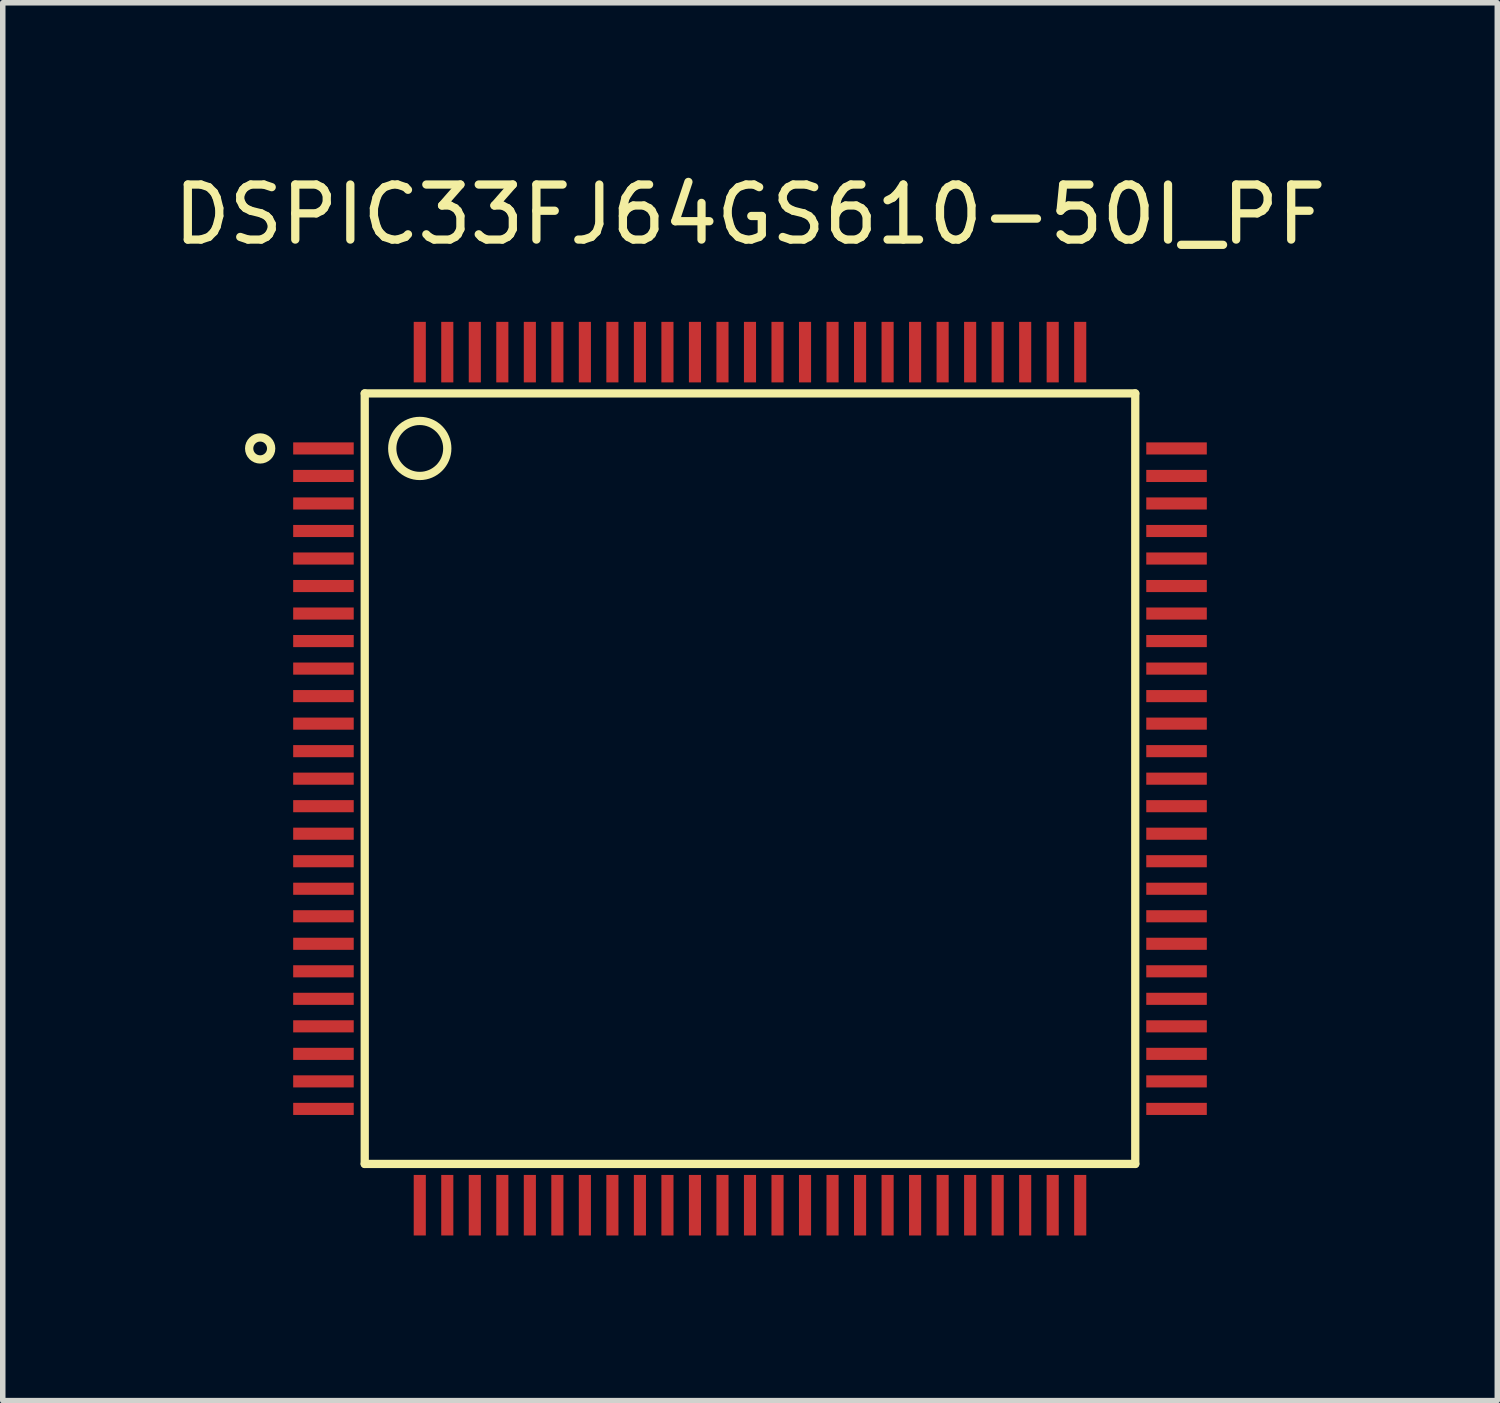
<source format=kicad_pcb>
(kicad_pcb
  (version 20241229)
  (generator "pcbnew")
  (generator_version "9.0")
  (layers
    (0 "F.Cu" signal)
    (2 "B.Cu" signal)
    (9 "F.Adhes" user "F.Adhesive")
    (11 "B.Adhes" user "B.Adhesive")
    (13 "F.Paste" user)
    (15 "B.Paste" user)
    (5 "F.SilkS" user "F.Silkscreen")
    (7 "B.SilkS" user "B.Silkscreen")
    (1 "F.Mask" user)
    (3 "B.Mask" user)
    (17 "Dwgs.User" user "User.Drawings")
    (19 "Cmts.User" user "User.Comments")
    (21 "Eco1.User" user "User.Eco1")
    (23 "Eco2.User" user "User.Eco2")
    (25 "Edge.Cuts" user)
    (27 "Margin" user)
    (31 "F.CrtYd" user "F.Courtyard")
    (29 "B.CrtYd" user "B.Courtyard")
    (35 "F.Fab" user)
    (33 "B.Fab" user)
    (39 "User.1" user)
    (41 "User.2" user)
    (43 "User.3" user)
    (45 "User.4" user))
  (footprint "DSPIC33FJ64GS610-50I_PF"
    (layer "F.Cu")
    (at 2.827 3.348)
    (property "Reference" "DSPIC33FJ64GS610-50I_PF" (at 7.75 -2.5 0) (layer "F.SilkS") (effects (font (size 1 1) (thickness 0.15))))
    (attr through_hole)
    (fp_line (start 0.75 0.75) (end 0.75 14.75) (stroke (width 0.15) (type solid)) (layer "F.SilkS"))
    (fp_line (start 0.75 0.75) (end 14.75 0.75) (stroke (width 0.15) (type solid)) (layer "F.SilkS"))
    (fp_line (start 0.75 14.75) (end 14.75 14.75) (stroke (width 0.15) (type solid)) (layer "F.SilkS"))
    (fp_line (start 14.75 14.75) (end 14.75 0.75) (stroke (width 0.15) (type solid)) (layer "F.SilkS"))
    (fp_circle (center -1.15 1.75) (end -1.15 1.55) (stroke (width 0.15) (type solid)) (fill no) (layer "F.SilkS"))
    (fp_circle (center 1.75 1.75) (end 1.75 1.25) (stroke (width 0.15) (type solid)) (fill no) (layer "F.SilkS"))
    (pad "1" smd rect (at 0 1.75) (size 1.1 0.22) (layers "F.Cu" "F.Mask" "F.Paste"))
    (pad "2" smd rect (at 0 2.25) (size 1.1 0.22) (layers "F.Cu" "F.Mask" "F.Paste"))
    (pad "3" smd rect (at 0 2.75) (size 1.1 0.22) (layers "F.Cu" "F.Mask" "F.Paste"))
    (pad "4" smd rect (at 0 3.25) (size 1.1 0.22) (layers "F.Cu" "F.Mask" "F.Paste"))
    (pad "5" smd rect (at 0 3.75) (size 1.1 0.22) (layers "F.Cu" "F.Mask" "F.Paste"))
    (pad "6" smd rect (at 0 4.25) (size 1.1 0.22) (layers "F.Cu" "F.Mask" "F.Paste"))
    (pad "7" smd rect (at 0 4.75) (size 1.1 0.22) (layers "F.Cu" "F.Mask" "F.Paste"))
    (pad "8" smd rect (at 0 5.25) (size 1.1 0.22) (layers "F.Cu" "F.Mask" "F.Paste"))
    (pad "9" smd rect (at 0 5.75) (size 1.1 0.22) (layers "F.Cu" "F.Mask" "F.Paste"))
    (pad "10" smd rect (at 0 6.25) (size 1.1 0.22) (layers "F.Cu" "F.Mask" "F.Paste"))
    (pad "11" smd rect (at 0 6.75) (size 1.1 0.22) (layers "F.Cu" "F.Mask" "F.Paste"))
    (pad "12" smd rect (at 0 7.25) (size 1.1 0.22) (layers "F.Cu" "F.Mask" "F.Paste"))
    (pad "13" smd rect (at 0 7.75) (size 1.1 0.22) (layers "F.Cu" "F.Mask" "F.Paste"))
    (pad "14" smd rect (at 0 8.25) (size 1.1 0.22) (layers "F.Cu" "F.Mask" "F.Paste"))
    (pad "15" smd rect (at 0 8.75) (size 1.1 0.22) (layers "F.Cu" "F.Mask" "F.Paste"))
    (pad "16" smd rect (at 0 9.25) (size 1.1 0.22) (layers "F.Cu" "F.Mask" "F.Paste"))
    (pad "17" smd rect (at 0 9.75) (size 1.1 0.22) (layers "F.Cu" "F.Mask" "F.Paste"))
    (pad "18" smd rect (at 0 10.25) (size 1.1 0.22) (layers "F.Cu" "F.Mask" "F.Paste"))
    (pad "19" smd rect (at 0 10.75) (size 1.1 0.22) (layers "F.Cu" "F.Mask" "F.Paste"))
    (pad "20" smd rect (at 0 11.25) (size 1.1 0.22) (layers "F.Cu" "F.Mask" "F.Paste"))
    (pad "21" smd rect (at 0 11.75) (size 1.1 0.22) (layers "F.Cu" "F.Mask" "F.Paste"))
    (pad "22" smd rect (at 0 12.25) (size 1.1 0.22) (layers "F.Cu" "F.Mask" "F.Paste"))
    (pad "23" smd rect (at 0 12.75) (size 1.1 0.22) (layers "F.Cu" "F.Mask" "F.Paste"))
    (pad "24" smd rect (at 0 13.25) (size 1.1 0.22) (layers "F.Cu" "F.Mask" "F.Paste"))
    (pad "25" smd rect (at 0 13.75) (size 1.1 0.22) (layers "F.Cu" "F.Mask" "F.Paste"))
    (pad "26" smd rect (at 1.75 15.5) (size 0.22 1.1) (layers "F.Cu" "F.Mask" "F.Paste"))
    (pad "27" smd rect (at 2.25 15.5) (size 0.22 1.1) (layers "F.Cu" "F.Mask" "F.Paste"))
    (pad "28" smd rect (at 2.75 15.5) (size 0.22 1.1) (layers "F.Cu" "F.Mask" "F.Paste"))
    (pad "29" smd rect (at 3.25 15.5) (size 0.22 1.1) (layers "F.Cu" "F.Mask" "F.Paste"))
    (pad "30" smd rect (at 3.75 15.5) (size 0.22 1.1) (layers "F.Cu" "F.Mask" "F.Paste"))
    (pad "31" smd rect (at 4.25 15.5) (size 0.22 1.1) (layers "F.Cu" "F.Mask" "F.Paste"))
    (pad "32" smd rect (at 4.75 15.5) (size 0.22 1.1) (layers "F.Cu" "F.Mask" "F.Paste"))
    (pad "33" smd rect (at 5.25 15.5) (size 0.22 1.1) (layers "F.Cu" "F.Mask" "F.Paste"))
    (pad "34" smd rect (at 5.75 15.5) (size 0.22 1.1) (layers "F.Cu" "F.Mask" "F.Paste"))
    (pad "35" smd rect (at 6.25 15.5) (size 0.22 1.1) (layers "F.Cu" "F.Mask" "F.Paste"))
    (pad "36" smd rect (at 6.75 15.5) (size 0.22 1.1) (layers "F.Cu" "F.Mask" "F.Paste"))
    (pad "37" smd rect (at 7.25 15.5) (size 0.22 1.1) (layers "F.Cu" "F.Mask" "F.Paste"))
    (pad "38" smd rect (at 7.75 15.5) (size 0.22 1.1) (layers "F.Cu" "F.Mask" "F.Paste"))
    (pad "39" smd rect (at 8.25 15.5) (size 0.22 1.1) (layers "F.Cu" "F.Mask" "F.Paste"))
    (pad "40" smd rect (at 8.75 15.5) (size 0.22 1.1) (layers "F.Cu" "F.Mask" "F.Paste"))
    (pad "41" smd rect (at 9.25 15.5) (size 0.22 1.1) (layers "F.Cu" "F.Mask" "F.Paste"))
    (pad "42" smd rect (at 9.75 15.5) (size 0.22 1.1) (layers "F.Cu" "F.Mask" "F.Paste"))
    (pad "43" smd rect (at 10.25 15.5) (size 0.22 1.1) (layers "F.Cu" "F.Mask" "F.Paste"))
    (pad "44" smd rect (at 10.75 15.5) (size 0.22 1.1) (layers "F.Cu" "F.Mask" "F.Paste"))
    (pad "45" smd rect (at 11.25 15.5) (size 0.22 1.1) (layers "F.Cu" "F.Mask" "F.Paste"))
    (pad "46" smd rect (at 11.75 15.5) (size 0.22 1.1) (layers "F.Cu" "F.Mask" "F.Paste"))
    (pad "47" smd rect (at 12.25 15.5) (size 0.22 1.1) (layers "F.Cu" "F.Mask" "F.Paste"))
    (pad "48" smd rect (at 12.75 15.5) (size 0.22 1.1) (layers "F.Cu" "F.Mask" "F.Paste"))
    (pad "49" smd rect (at 13.25 15.5) (size 0.22 1.1) (layers "F.Cu" "F.Mask" "F.Paste"))
    (pad "50" smd rect (at 13.75 15.5) (size 0.22 1.1) (layers "F.Cu" "F.Mask" "F.Paste"))
    (pad "51" smd rect (at 15.5 13.75) (size 1.1 0.22) (layers "F.Cu" "F.Mask" "F.Paste"))
    (pad "52" smd rect (at 15.5 13.25) (size 1.1 0.22) (layers "F.Cu" "F.Mask" "F.Paste"))
    (pad "53" smd rect (at 15.5 12.75) (size 1.1 0.22) (layers "F.Cu" "F.Mask" "F.Paste"))
    (pad "54" smd rect (at 15.5 12.25) (size 1.1 0.22) (layers "F.Cu" "F.Mask" "F.Paste"))
    (pad "55" smd rect (at 15.5 11.75) (size 1.1 0.22) (layers "F.Cu" "F.Mask" "F.Paste"))
    (pad "56" smd rect (at 15.5 11.25) (size 1.1 0.22) (layers "F.Cu" "F.Mask" "F.Paste"))
    (pad "57" smd rect (at 15.5 10.75) (size 1.1 0.22) (layers "F.Cu" "F.Mask" "F.Paste"))
    (pad "58" smd rect (at 15.5 10.25) (size 1.1 0.22) (layers "F.Cu" "F.Mask" "F.Paste"))
    (pad "59" smd rect (at 15.5 9.75) (size 1.1 0.22) (layers "F.Cu" "F.Mask" "F.Paste"))
    (pad "60" smd rect (at 15.5 9.25) (size 1.1 0.22) (layers "F.Cu" "F.Mask" "F.Paste"))
    (pad "61" smd rect (at 15.5 8.75) (size 1.1 0.22) (layers "F.Cu" "F.Mask" "F.Paste"))
    (pad "62" smd rect (at 15.5 8.25) (size 1.1 0.22) (layers "F.Cu" "F.Mask" "F.Paste"))
    (pad "63" smd rect (at 15.5 7.75) (size 1.1 0.22) (layers "F.Cu" "F.Mask" "F.Paste"))
    (pad "64" smd rect (at 15.5 7.25) (size 1.1 0.22) (layers "F.Cu" "F.Mask" "F.Paste"))
    (pad "65" smd rect (at 15.5 6.75) (size 1.1 0.22) (layers "F.Cu" "F.Mask" "F.Paste"))
    (pad "66" smd rect (at 15.5 6.25) (size 1.1 0.22) (layers "F.Cu" "F.Mask" "F.Paste"))
    (pad "67" smd rect (at 15.5 5.75) (size 1.1 0.22) (layers "F.Cu" "F.Mask" "F.Paste"))
    (pad "68" smd rect (at 15.5 5.25) (size 1.1 0.22) (layers "F.Cu" "F.Mask" "F.Paste"))
    (pad "69" smd rect (at 15.5 4.75) (size 1.1 0.22) (layers "F.Cu" "F.Mask" "F.Paste"))
    (pad "70" smd rect (at 15.5 4.25) (size 1.1 0.22) (layers "F.Cu" "F.Mask" "F.Paste"))
    (pad "71" smd rect (at 15.5 3.75) (size 1.1 0.22) (layers "F.Cu" "F.Mask" "F.Paste"))
    (pad "72" smd rect (at 15.5 3.25) (size 1.1 0.22) (layers "F.Cu" "F.Mask" "F.Paste"))
    (pad "73" smd rect (at 15.5 2.75) (size 1.1 0.22) (layers "F.Cu" "F.Mask" "F.Paste"))
    (pad "74" smd rect (at 15.5 2.25) (size 1.1 0.22) (layers "F.Cu" "F.Mask" "F.Paste"))
    (pad "75" smd rect (at 15.5 1.75) (size 1.1 0.22) (layers "F.Cu" "F.Mask" "F.Paste"))
    (pad "76" smd rect (at 13.75 0) (size 0.22 1.1) (layers "F.Cu" "F.Mask" "F.Paste"))
    (pad "77" smd rect (at 13.25 0) (size 0.22 1.1) (layers "F.Cu" "F.Mask" "F.Paste"))
    (pad "78" smd rect (at 12.75 0) (size 0.22 1.1) (layers "F.Cu" "F.Mask" "F.Paste"))
    (pad "79" smd rect (at 12.25 0) (size 0.22 1.1) (layers "F.Cu" "F.Mask" "F.Paste"))
    (pad "80" smd rect (at 11.75 0) (size 0.22 1.1) (layers "F.Cu" "F.Mask" "F.Paste"))
    (pad "81" smd rect (at 11.25 0) (size 0.22 1.1) (layers "F.Cu" "F.Mask" "F.Paste"))
    (pad "82" smd rect (at 10.75 0) (size 0.22 1.1) (layers "F.Cu" "F.Mask" "F.Paste"))
    (pad "83" smd rect (at 10.25 0) (size 0.22 1.1) (layers "F.Cu" "F.Mask" "F.Paste"))
    (pad "84" smd rect (at 9.75 0) (size 0.22 1.1) (layers "F.Cu" "F.Mask" "F.Paste"))
    (pad "85" smd rect (at 9.25 0) (size 0.22 1.1) (layers "F.Cu" "F.Mask" "F.Paste"))
    (pad "86" smd rect (at 8.75 0) (size 0.22 1.1) (layers "F.Cu" "F.Mask" "F.Paste"))
    (pad "87" smd rect (at 8.25 0) (size 0.22 1.1) (layers "F.Cu" "F.Mask" "F.Paste"))
    (pad "88" smd rect (at 7.75 0) (size 0.22 1.1) (layers "F.Cu" "F.Mask" "F.Paste"))
    (pad "89" smd rect (at 7.25 0) (size 0.22 1.1) (layers "F.Cu" "F.Mask" "F.Paste"))
    (pad "90" smd rect (at 6.75 0) (size 0.22 1.1) (layers "F.Cu" "F.Mask" "F.Paste"))
    (pad "91" smd rect (at 6.25 0) (size 0.22 1.1) (layers "F.Cu" "F.Mask" "F.Paste"))
    (pad "92" smd rect (at 5.75 0) (size 0.22 1.1) (layers "F.Cu" "F.Mask" "F.Paste"))
    (pad "93" smd rect (at 5.25 0) (size 0.22 1.1) (layers "F.Cu" "F.Mask" "F.Paste"))
    (pad "94" smd rect (at 4.75 0) (size 0.22 1.1) (layers "F.Cu" "F.Mask" "F.Paste"))
    (pad "95" smd rect (at 4.25 0) (size 0.22 1.1) (layers "F.Cu" "F.Mask" "F.Paste"))
    (pad "96" smd rect (at 3.75 0) (size 0.22 1.1) (layers "F.Cu" "F.Mask" "F.Paste"))
    (pad "97" smd rect (at 3.25 0) (size 0.22 1.1) (layers "F.Cu" "F.Mask" "F.Paste"))
    (pad "98" smd rect (at 2.75 0) (size 0.22 1.1) (layers "F.Cu" "F.Mask" "F.Paste"))
    (pad "99" smd rect (at 2.25 0) (size 0.22 1.1) (layers "F.Cu" "F.Mask" "F.Paste"))
    (pad "100" smd rect (at 1.75 0) (size 0.22 1.1) (layers "F.Cu" "F.Mask" "F.Paste")))
  (gr_rect
    (start -3 -3)
    (end 24.155 22.398)
    (stroke (width 0.1) (type default))
    (fill no)
    (layer "Edge.Cuts")))
</source>
